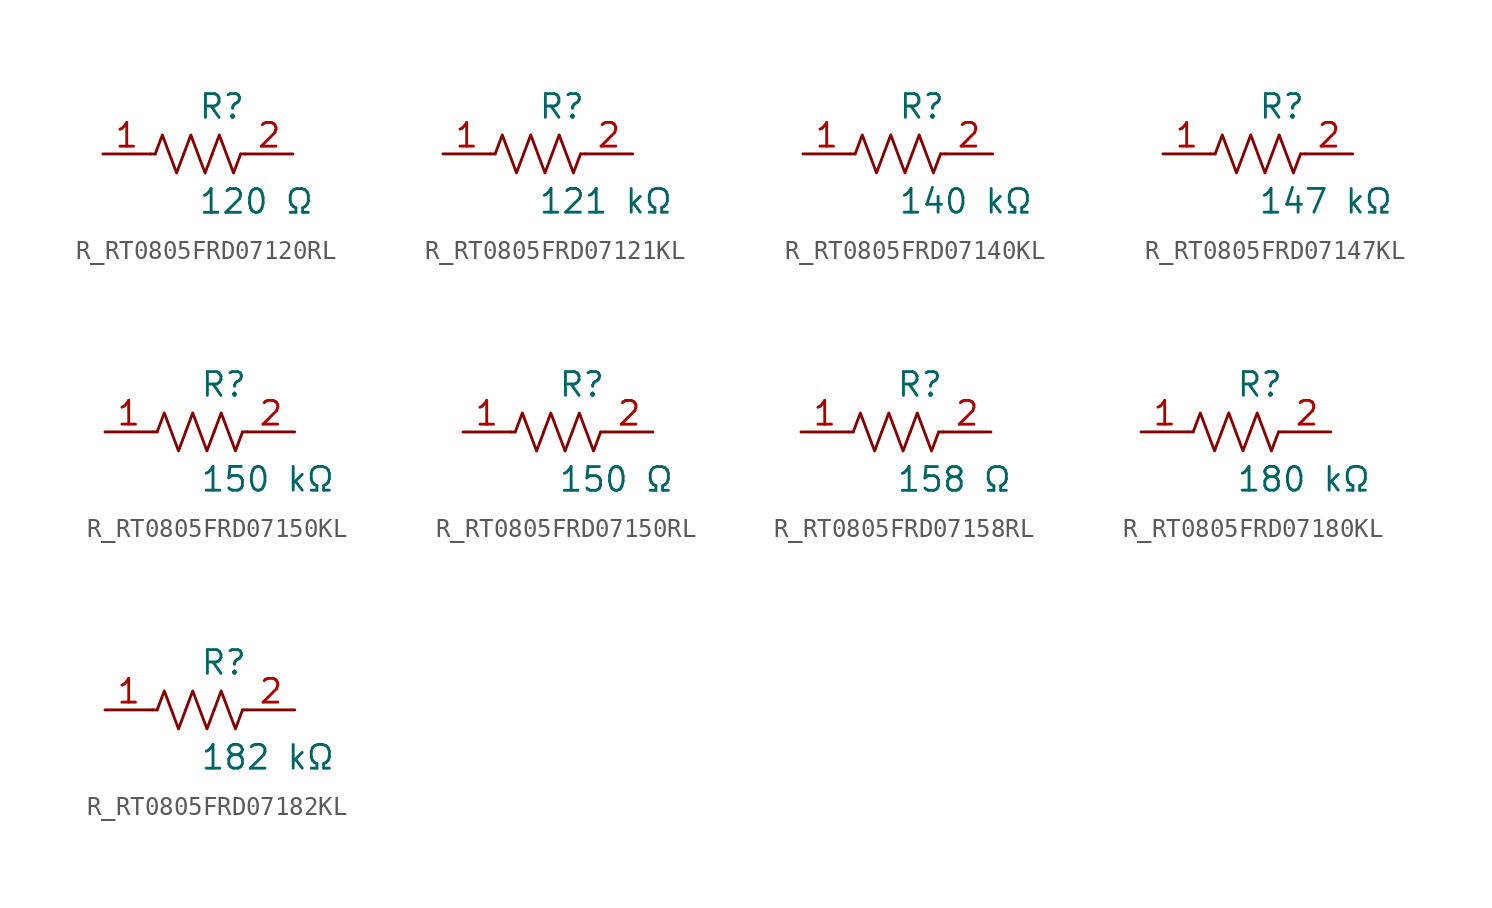
<source format=kicad_sym>
(kicad_symbol_lib
  (version 20231120)
  (generator kicad_symbol_editor)
  (generator_version 8.0)
  (symbol "R_RT0805FRD07120RL"
    (pin_names
      (offset 0.254))
    (property "Reference" "R"
      (at 0 2.54 0)
      (effects (font (size 1.27 1.27)) (justify left)))
    (property "Value" "120 Ω"
      (at 0 -2.54 0)
      (effects (font (size 1.27 1.27)) (justify left)))
    (symbol "R_RT0805FRD07120RL_0_1"
      (polyline (pts (xy 2.286 0) (xy 2.54 0)) (stroke (width 0) (type default)) (fill (type none)))
      (polyline (pts (xy -2.286 0) (xy -2.54 0)) (stroke (width 0) (type default)) (fill (type none)))
      (polyline (pts (xy 0.762 0) (xy 1.143 1.016) (xy 1.524 0) (xy 1.905 -1.016) (xy 2.286 0)) (stroke (width 0) (type default)) (fill (type none)))
      (polyline (pts (xy -0.762 0) (xy -0.381 1.016) (xy 0 0) (xy 0.381 -1.016) (xy 0.762 0)) (stroke (width 0) (type default)) (fill (type none)))
      (polyline (pts (xy -2.286 0) (xy -1.905 1.016) (xy -1.524 0) (xy -1.143 -1.016) (xy -0.762 0)) (stroke (width 0) (type default)) (fill (type none))))
    (pin unspecified line
      (at -5.08 0 0)
      (length 2.54)
      (name "" (effects (font (size 1.27 1.27))))
      (number "1" (effects (font (size 1.27 1.27)))))
    (pin unspecified line
      (at 5.08 0 180)
      (length 2.54)
      (name "" (effects (font (size 1.27 1.27))))
      (number "2" (effects (font (size 1.27 1.27))))))
  (symbol "R_RT0805FRD07121KL"
    (pin_names
      (offset 0.254))
    (property "Reference" "R"
      (at 0 2.54 0)
      (effects (font (size 1.27 1.27)) (justify left)))
    (property "Value" "121 kΩ"
      (at 0 -2.54 0)
      (effects (font (size 1.27 1.27)) (justify left)))
    (symbol "R_RT0805FRD07121KL_0_1"
      (polyline (pts (xy 2.286 0) (xy 2.54 0)) (stroke (width 0) (type default)) (fill (type none)))
      (polyline (pts (xy -2.286 0) (xy -2.54 0)) (stroke (width 0) (type default)) (fill (type none)))
      (polyline (pts (xy 0.762 0) (xy 1.143 1.016) (xy 1.524 0) (xy 1.905 -1.016) (xy 2.286 0)) (stroke (width 0) (type default)) (fill (type none)))
      (polyline (pts (xy -0.762 0) (xy -0.381 1.016) (xy 0 0) (xy 0.381 -1.016) (xy 0.762 0)) (stroke (width 0) (type default)) (fill (type none)))
      (polyline (pts (xy -2.286 0) (xy -1.905 1.016) (xy -1.524 0) (xy -1.143 -1.016) (xy -0.762 0)) (stroke (width 0) (type default)) (fill (type none))))
    (pin unspecified line
      (at -5.08 0 0)
      (length 2.54)
      (name "" (effects (font (size 1.27 1.27))))
      (number "1" (effects (font (size 1.27 1.27)))))
    (pin unspecified line
      (at 5.08 0 180)
      (length 2.54)
      (name "" (effects (font (size 1.27 1.27))))
      (number "2" (effects (font (size 1.27 1.27))))))
  (symbol "R_RT0805FRD07140KL"
    (pin_names
      (offset 0.254))
    (property "Reference" "R"
      (at 0 2.54 0)
      (effects (font (size 1.27 1.27)) (justify left)))
    (property "Value" "140 kΩ"
      (at 0 -2.54 0)
      (effects (font (size 1.27 1.27)) (justify left)))
    (symbol "R_RT0805FRD07140KL_0_1"
      (polyline (pts (xy 2.286 0) (xy 2.54 0)) (stroke (width 0) (type default)) (fill (type none)))
      (polyline (pts (xy -2.286 0) (xy -2.54 0)) (stroke (width 0) (type default)) (fill (type none)))
      (polyline (pts (xy 0.762 0) (xy 1.143 1.016) (xy 1.524 0) (xy 1.905 -1.016) (xy 2.286 0)) (stroke (width 0) (type default)) (fill (type none)))
      (polyline (pts (xy -0.762 0) (xy -0.381 1.016) (xy 0 0) (xy 0.381 -1.016) (xy 0.762 0)) (stroke (width 0) (type default)) (fill (type none)))
      (polyline (pts (xy -2.286 0) (xy -1.905 1.016) (xy -1.524 0) (xy -1.143 -1.016) (xy -0.762 0)) (stroke (width 0) (type default)) (fill (type none))))
    (pin unspecified line
      (at -5.08 0 0)
      (length 2.54)
      (name "" (effects (font (size 1.27 1.27))))
      (number "1" (effects (font (size 1.27 1.27)))))
    (pin unspecified line
      (at 5.08 0 180)
      (length 2.54)
      (name "" (effects (font (size 1.27 1.27))))
      (number "2" (effects (font (size 1.27 1.27))))))
  (symbol "R_RT0805FRD07147KL"
    (pin_names
      (offset 0.254))
    (property "Reference" "R"
      (at 0 2.54 0)
      (effects (font (size 1.27 1.27)) (justify left)))
    (property "Value" "147 kΩ"
      (at 0 -2.54 0)
      (effects (font (size 1.27 1.27)) (justify left)))
    (symbol "R_RT0805FRD07147KL_0_1"
      (polyline (pts (xy 2.286 0) (xy 2.54 0)) (stroke (width 0) (type default)) (fill (type none)))
      (polyline (pts (xy -2.286 0) (xy -2.54 0)) (stroke (width 0) (type default)) (fill (type none)))
      (polyline (pts (xy 0.762 0) (xy 1.143 1.016) (xy 1.524 0) (xy 1.905 -1.016) (xy 2.286 0)) (stroke (width 0) (type default)) (fill (type none)))
      (polyline (pts (xy -0.762 0) (xy -0.381 1.016) (xy 0 0) (xy 0.381 -1.016) (xy 0.762 0)) (stroke (width 0) (type default)) (fill (type none)))
      (polyline (pts (xy -2.286 0) (xy -1.905 1.016) (xy -1.524 0) (xy -1.143 -1.016) (xy -0.762 0)) (stroke (width 0) (type default)) (fill (type none))))
    (pin unspecified line
      (at -5.08 0 0)
      (length 2.54)
      (name "" (effects (font (size 1.27 1.27))))
      (number "1" (effects (font (size 1.27 1.27)))))
    (pin unspecified line
      (at 5.08 0 180)
      (length 2.54)
      (name "" (effects (font (size 1.27 1.27))))
      (number "2" (effects (font (size 1.27 1.27))))))
  (symbol "R_RT0805FRD07150KL"
    (pin_names
      (offset 0.254))
    (property "Reference" "R"
      (at 0 2.54 0)
      (effects (font (size 1.27 1.27)) (justify left)))
    (property "Value" "150 kΩ"
      (at 0 -2.54 0)
      (effects (font (size 1.27 1.27)) (justify left)))
    (symbol "R_RT0805FRD07150KL_0_1"
      (polyline (pts (xy 2.286 0) (xy 2.54 0)) (stroke (width 0) (type default)) (fill (type none)))
      (polyline (pts (xy -2.286 0) (xy -2.54 0)) (stroke (width 0) (type default)) (fill (type none)))
      (polyline (pts (xy 0.762 0) (xy 1.143 1.016) (xy 1.524 0) (xy 1.905 -1.016) (xy 2.286 0)) (stroke (width 0) (type default)) (fill (type none)))
      (polyline (pts (xy -0.762 0) (xy -0.381 1.016) (xy 0 0) (xy 0.381 -1.016) (xy 0.762 0)) (stroke (width 0) (type default)) (fill (type none)))
      (polyline (pts (xy -2.286 0) (xy -1.905 1.016) (xy -1.524 0) (xy -1.143 -1.016) (xy -0.762 0)) (stroke (width 0) (type default)) (fill (type none))))
    (pin unspecified line
      (at -5.08 0 0)
      (length 2.54)
      (name "" (effects (font (size 1.27 1.27))))
      (number "1" (effects (font (size 1.27 1.27)))))
    (pin unspecified line
      (at 5.08 0 180)
      (length 2.54)
      (name "" (effects (font (size 1.27 1.27))))
      (number "2" (effects (font (size 1.27 1.27))))))
  (symbol "R_RT0805FRD07150RL"
    (pin_names
      (offset 0.254))
    (property "Reference" "R"
      (at 0 2.54 0)
      (effects (font (size 1.27 1.27)) (justify left)))
    (property "Value" "150 Ω"
      (at 0 -2.54 0)
      (effects (font (size 1.27 1.27)) (justify left)))
    (symbol "R_RT0805FRD07150RL_0_1"
      (polyline (pts (xy 2.286 0) (xy 2.54 0)) (stroke (width 0) (type default)) (fill (type none)))
      (polyline (pts (xy -2.286 0) (xy -2.54 0)) (stroke (width 0) (type default)) (fill (type none)))
      (polyline (pts (xy 0.762 0) (xy 1.143 1.016) (xy 1.524 0) (xy 1.905 -1.016) (xy 2.286 0)) (stroke (width 0) (type default)) (fill (type none)))
      (polyline (pts (xy -0.762 0) (xy -0.381 1.016) (xy 0 0) (xy 0.381 -1.016) (xy 0.762 0)) (stroke (width 0) (type default)) (fill (type none)))
      (polyline (pts (xy -2.286 0) (xy -1.905 1.016) (xy -1.524 0) (xy -1.143 -1.016) (xy -0.762 0)) (stroke (width 0) (type default)) (fill (type none))))
    (pin unspecified line
      (at -5.08 0 0)
      (length 2.54)
      (name "" (effects (font (size 1.27 1.27))))
      (number "1" (effects (font (size 1.27 1.27)))))
    (pin unspecified line
      (at 5.08 0 180)
      (length 2.54)
      (name "" (effects (font (size 1.27 1.27))))
      (number "2" (effects (font (size 1.27 1.27))))))
  (symbol "R_RT0805FRD07158RL"
    (pin_names
      (offset 0.254))
    (property "Reference" "R"
      (at 0 2.54 0)
      (effects (font (size 1.27 1.27)) (justify left)))
    (property "Value" "158 Ω"
      (at 0 -2.54 0)
      (effects (font (size 1.27 1.27)) (justify left)))
    (symbol "R_RT0805FRD07158RL_0_1"
      (polyline (pts (xy 2.286 0) (xy 2.54 0)) (stroke (width 0) (type default)) (fill (type none)))
      (polyline (pts (xy -2.286 0) (xy -2.54 0)) (stroke (width 0) (type default)) (fill (type none)))
      (polyline (pts (xy 0.762 0) (xy 1.143 1.016) (xy 1.524 0) (xy 1.905 -1.016) (xy 2.286 0)) (stroke (width 0) (type default)) (fill (type none)))
      (polyline (pts (xy -0.762 0) (xy -0.381 1.016) (xy 0 0) (xy 0.381 -1.016) (xy 0.762 0)) (stroke (width 0) (type default)) (fill (type none)))
      (polyline (pts (xy -2.286 0) (xy -1.905 1.016) (xy -1.524 0) (xy -1.143 -1.016) (xy -0.762 0)) (stroke (width 0) (type default)) (fill (type none))))
    (pin unspecified line
      (at -5.08 0 0)
      (length 2.54)
      (name "" (effects (font (size 1.27 1.27))))
      (number "1" (effects (font (size 1.27 1.27)))))
    (pin unspecified line
      (at 5.08 0 180)
      (length 2.54)
      (name "" (effects (font (size 1.27 1.27))))
      (number "2" (effects (font (size 1.27 1.27))))))
  (symbol "R_RT0805FRD07180KL"
    (pin_names
      (offset 0.254))
    (property "Reference" "R"
      (at 0 2.54 0)
      (effects (font (size 1.27 1.27)) (justify left)))
    (property "Value" "180 kΩ"
      (at 0 -2.54 0)
      (effects (font (size 1.27 1.27)) (justify left)))
    (symbol "R_RT0805FRD07180KL_0_1"
      (polyline (pts (xy 2.286 0) (xy 2.54 0)) (stroke (width 0) (type default)) (fill (type none)))
      (polyline (pts (xy -2.286 0) (xy -2.54 0)) (stroke (width 0) (type default)) (fill (type none)))
      (polyline (pts (xy 0.762 0) (xy 1.143 1.016) (xy 1.524 0) (xy 1.905 -1.016) (xy 2.286 0)) (stroke (width 0) (type default)) (fill (type none)))
      (polyline (pts (xy -0.762 0) (xy -0.381 1.016) (xy 0 0) (xy 0.381 -1.016) (xy 0.762 0)) (stroke (width 0) (type default)) (fill (type none)))
      (polyline (pts (xy -2.286 0) (xy -1.905 1.016) (xy -1.524 0) (xy -1.143 -1.016) (xy -0.762 0)) (stroke (width 0) (type default)) (fill (type none))))
    (pin unspecified line
      (at -5.08 0 0)
      (length 2.54)
      (name "" (effects (font (size 1.27 1.27))))
      (number "1" (effects (font (size 1.27 1.27)))))
    (pin unspecified line
      (at 5.08 0 180)
      (length 2.54)
      (name "" (effects (font (size 1.27 1.27))))
      (number "2" (effects (font (size 1.27 1.27))))))
  (symbol "R_RT0805FRD07182KL"
    (pin_names
      (offset 0.254))
    (property "Reference" "R"
      (at 0 2.54 0)
      (effects (font (size 1.27 1.27)) (justify left)))
    (property "Value" "182 kΩ"
      (at 0 -2.54 0)
      (effects (font (size 1.27 1.27)) (justify left)))
    (symbol "R_RT0805FRD07182KL_0_1"
      (polyline (pts (xy 2.286 0) (xy 2.54 0)) (stroke (width 0) (type default)) (fill (type none)))
      (polyline (pts (xy -2.286 0) (xy -2.54 0)) (stroke (width 0) (type default)) (fill (type none)))
      (polyline (pts (xy 0.762 0) (xy 1.143 1.016) (xy 1.524 0) (xy 1.905 -1.016) (xy 2.286 0)) (stroke (width 0) (type default)) (fill (type none)))
      (polyline (pts (xy -0.762 0) (xy -0.381 1.016) (xy 0 0) (xy 0.381 -1.016) (xy 0.762 0)) (stroke (width 0) (type default)) (fill (type none)))
      (polyline (pts (xy -2.286 0) (xy -1.905 1.016) (xy -1.524 0) (xy -1.143 -1.016) (xy -0.762 0)) (stroke (width 0) (type default)) (fill (type none))))
    (pin unspecified line
      (at -5.08 0 0)
      (length 2.54)
      (name "" (effects (font (size 1.27 1.27))))
      (number "1" (effects (font (size 1.27 1.27)))))
    (pin unspecified line
      (at 5.08 0 180)
      (length 2.54)
      (name "" (effects (font (size 1.27 1.27))))
      (number "2" (effects (font (size 1.27 1.27)))))))
</source>
